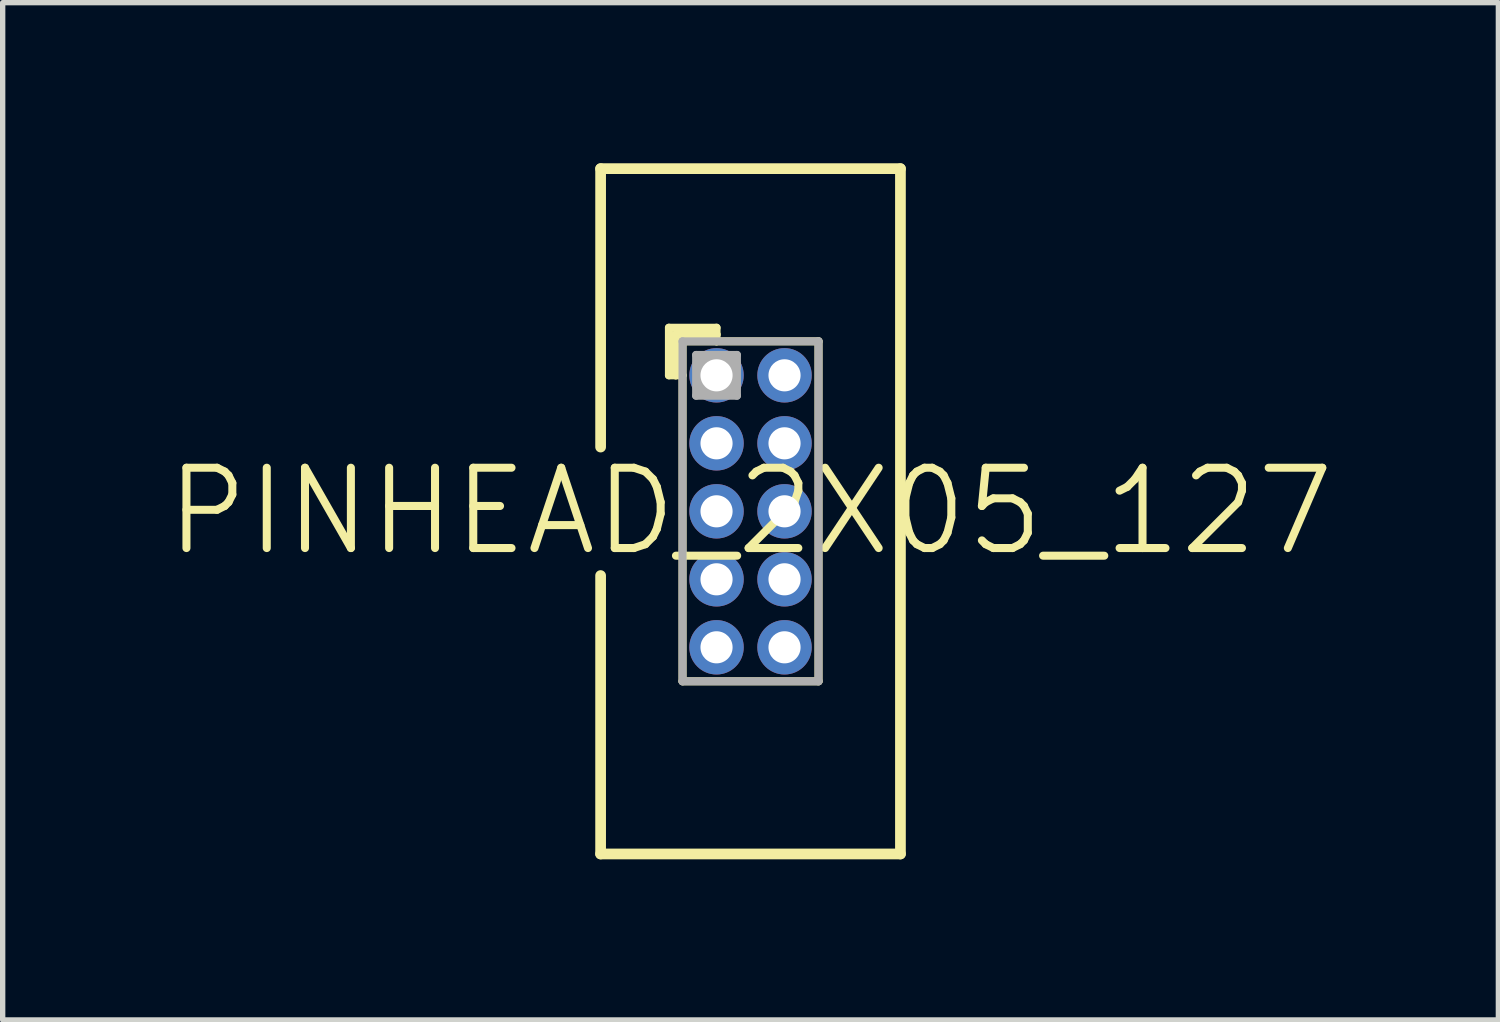
<source format=kicad_pcb>
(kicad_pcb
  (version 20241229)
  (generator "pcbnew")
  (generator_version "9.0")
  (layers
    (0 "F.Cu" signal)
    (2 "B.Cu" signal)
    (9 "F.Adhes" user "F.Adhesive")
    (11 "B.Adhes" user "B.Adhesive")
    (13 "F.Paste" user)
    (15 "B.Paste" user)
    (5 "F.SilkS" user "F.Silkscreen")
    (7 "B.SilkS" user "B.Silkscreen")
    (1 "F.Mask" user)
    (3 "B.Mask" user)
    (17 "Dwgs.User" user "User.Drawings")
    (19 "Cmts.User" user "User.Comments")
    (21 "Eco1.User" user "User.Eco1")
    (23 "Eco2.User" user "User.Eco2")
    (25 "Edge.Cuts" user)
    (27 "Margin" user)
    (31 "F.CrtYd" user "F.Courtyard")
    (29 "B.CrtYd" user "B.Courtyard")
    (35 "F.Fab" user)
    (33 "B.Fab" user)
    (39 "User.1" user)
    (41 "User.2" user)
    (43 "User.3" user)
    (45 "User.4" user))
  (footprint "PINHEAD_2X05_127"
    (layer "F.Cu")
    (at 10.968 6.5)
    (property "Reference" "PINHEAD_2X05_127" (at 0 0 0) (layer "F.SilkS") (effects (font (size 1.5 1.5) (thickness 0.15))))
    (attr through_hole)
    (fp_line (start -2.8 -6.4) (end 2.8 -6.4) (stroke (width 0.2) (type solid)) (layer "F.SilkS"))
    (fp_line (start -2.8 -1.2) (end -2.8 -6.4) (stroke (width 0.2) (type solid)) (layer "F.SilkS"))
    (fp_line (start -2.8 6.4) (end -2.8 1.2) (stroke (width 0.2) (type solid)) (layer "F.SilkS"))
    (fp_line (start -1.524 -3.429) (end -1.524 -2.54) (stroke (width 0.15) (type solid)) (layer "F.SilkS"))
    (fp_line (start -1.524 -2.54) (end -1.397 -2.54) (stroke (width 0.15) (type solid)) (layer "F.SilkS"))
    (fp_line (start -1.397 -3.302) (end -0.635 -3.302) (stroke (width 0.15) (type solid)) (layer "F.SilkS"))
    (fp_line (start -1.397 -2.54) (end -1.397 -3.302) (stroke (width 0.15) (type solid)) (layer "F.SilkS"))
    (fp_line (start -1.27 -3.175) (end -0.635 -3.175) (stroke (width 0.15) (type solid)) (layer "F.SilkS"))
    (fp_line (start -1.27 -2.54) (end -1.397 -2.54) (stroke (width 0.15) (type solid)) (layer "F.SilkS"))
    (fp_line (start -1.27 -2.54) (end -1.27 -3.175) (stroke (width 0.15) (type solid)) (layer "F.SilkS"))
    (fp_line (start -1.27 3.175) (end -1.27 -2.54) (stroke (width 0.15) (type solid)) (layer "F.SilkS"))
    (fp_line (start -0.635 -3.429) (end -1.524 -3.429) (stroke (width 0.15) (type solid)) (layer "F.SilkS"))
    (fp_line (start -0.635 -3.302) (end -0.635 -3.429) (stroke (width 0.15) (type solid)) (layer "F.SilkS"))
    (fp_line (start -0.635 -3.302) (end -0.635 -3.175) (stroke (width 0.15) (type solid)) (layer "F.SilkS"))
    (fp_line (start -0.635 -3.175) (end 1.27 -3.175) (stroke (width 0.15) (type solid)) (layer "F.SilkS"))
    (fp_line (start 1.27 -3.175) (end 1.27 3.175) (stroke (width 0.15) (type solid)) (layer "F.SilkS"))
    (fp_line (start 1.27 3.175) (end -1.27 3.175) (stroke (width 0.15) (type solid)) (layer "F.SilkS"))
    (fp_line (start 2.8 -6.4) (end 2.8 6.4) (stroke (width 0.2) (type solid)) (layer "F.SilkS"))
    (fp_line (start 2.8 6.4) (end -2.8 6.4) (stroke (width 0.2) (type solid)) (layer "F.SilkS"))
    (fp_line (start -1.27 -3.175) (end 1.27 -3.175) (stroke (width 0.15) (type solid)) (layer "F.Fab"))
    (fp_line (start -1.27 3.175) (end -1.27 -3.175) (stroke (width 0.15) (type solid)) (layer "F.Fab"))
    (fp_line (start -1.016 -2.921) (end -0.254 -2.921) (stroke (width 0.15) (type solid)) (layer "F.Fab"))
    (fp_line (start -1.016 -2.159) (end -1.016 -2.921) (stroke (width 0.15) (type solid)) (layer "F.Fab"))
    (fp_line (start -0.889 -2.794) (end -0.889 -2.286) (stroke (width 0.15) (type solid)) (layer "F.Fab"))
    (fp_line (start -0.889 -2.286) (end -0.381 -2.286) (stroke (width 0.15) (type solid)) (layer "F.Fab"))
    (fp_line (start -0.762 -2.667) (end -0.762 -2.413) (stroke (width 0.15) (type solid)) (layer "F.Fab"))
    (fp_line (start -0.762 -2.413) (end -0.635 -2.413) (stroke (width 0.15) (type solid)) (layer "F.Fab"))
    (fp_line (start -0.635 -2.667) (end -0.635 -2.413) (stroke (width 0.15) (type solid)) (layer "F.Fab"))
    (fp_line (start -0.635 -2.413) (end -0.508 -2.413) (stroke (width 0.15) (type solid)) (layer "F.Fab"))
    (fp_line (start -0.508 -2.667) (end -0.635 -2.667) (stroke (width 0.15) (type solid)) (layer "F.Fab"))
    (fp_line (start -0.508 -2.413) (end -0.508 -2.667) (stroke (width 0.15) (type solid)) (layer "F.Fab"))
    (fp_line (start -0.381 -2.794) (end -0.889 -2.794) (stroke (width 0.15) (type solid)) (layer "F.Fab"))
    (fp_line (start -0.381 -2.286) (end -0.381 -2.794) (stroke (width 0.15) (type solid)) (layer "F.Fab"))
    (fp_line (start -0.254 -2.921) (end -0.254 -2.159) (stroke (width 0.15) (type solid)) (layer "F.Fab"))
    (fp_line (start -0.254 -2.159) (end -1.016 -2.159) (stroke (width 0.15) (type solid)) (layer "F.Fab"))
    (fp_line (start 1.27 -3.175) (end 1.27 3.175) (stroke (width 0.15) (type solid)) (layer "F.Fab"))
    (fp_line (start 1.27 3.175) (end -1.27 3.175) (stroke (width 0.15) (type solid)) (layer "F.Fab"))
    (pad "1" thru_hole circle (at -0.635 -2.54) (size 1.016 1.016) (drill 0.6) (layers "*.Cu" "*.Mask"))
    (pad "2" thru_hole circle (at 0.635 -2.54) (size 1.016 1.016) (drill 0.6) (layers "*.Cu" "*.Mask"))
    (pad "3" thru_hole circle (at -0.635 -1.27) (size 1.016 1.016) (drill 0.6) (layers "*.Cu" "*.Mask"))
    (pad "4" thru_hole circle (at 0.635 -1.27) (size 1.016 1.016) (drill 0.6) (layers "*.Cu" "*.Mask"))
    (pad "5" thru_hole circle (at -0.635 0) (size 1.016 1.016) (drill 0.6) (layers "*.Cu" "*.Mask"))
    (pad "6" thru_hole circle (at 0.635 0) (size 1.016 1.016) (drill 0.6) (layers "*.Cu" "*.Mask"))
    (pad "7" thru_hole circle (at -0.635 1.27) (size 1.016 1.016) (drill 0.6) (layers "*.Cu" "*.Mask"))
    (pad "8" thru_hole circle (at 0.635 1.27) (size 1.016 1.016) (drill 0.6) (layers "*.Cu" "*.Mask"))
    (pad "9" thru_hole circle (at -0.635 2.54) (size 1.016 1.016) (drill 0.6) (layers "*.Cu" "*.Mask"))
    (pad "10" thru_hole circle (at 0.635 2.54) (size 1.016 1.016) (drill 0.6) (layers "*.Cu" "*.Mask")))
  (gr_rect
    (start -3 -3)
    (end 24.936 16)
    (stroke (width 0.1) (type default))
    (fill no)
    (layer "Edge.Cuts")))
</source>
